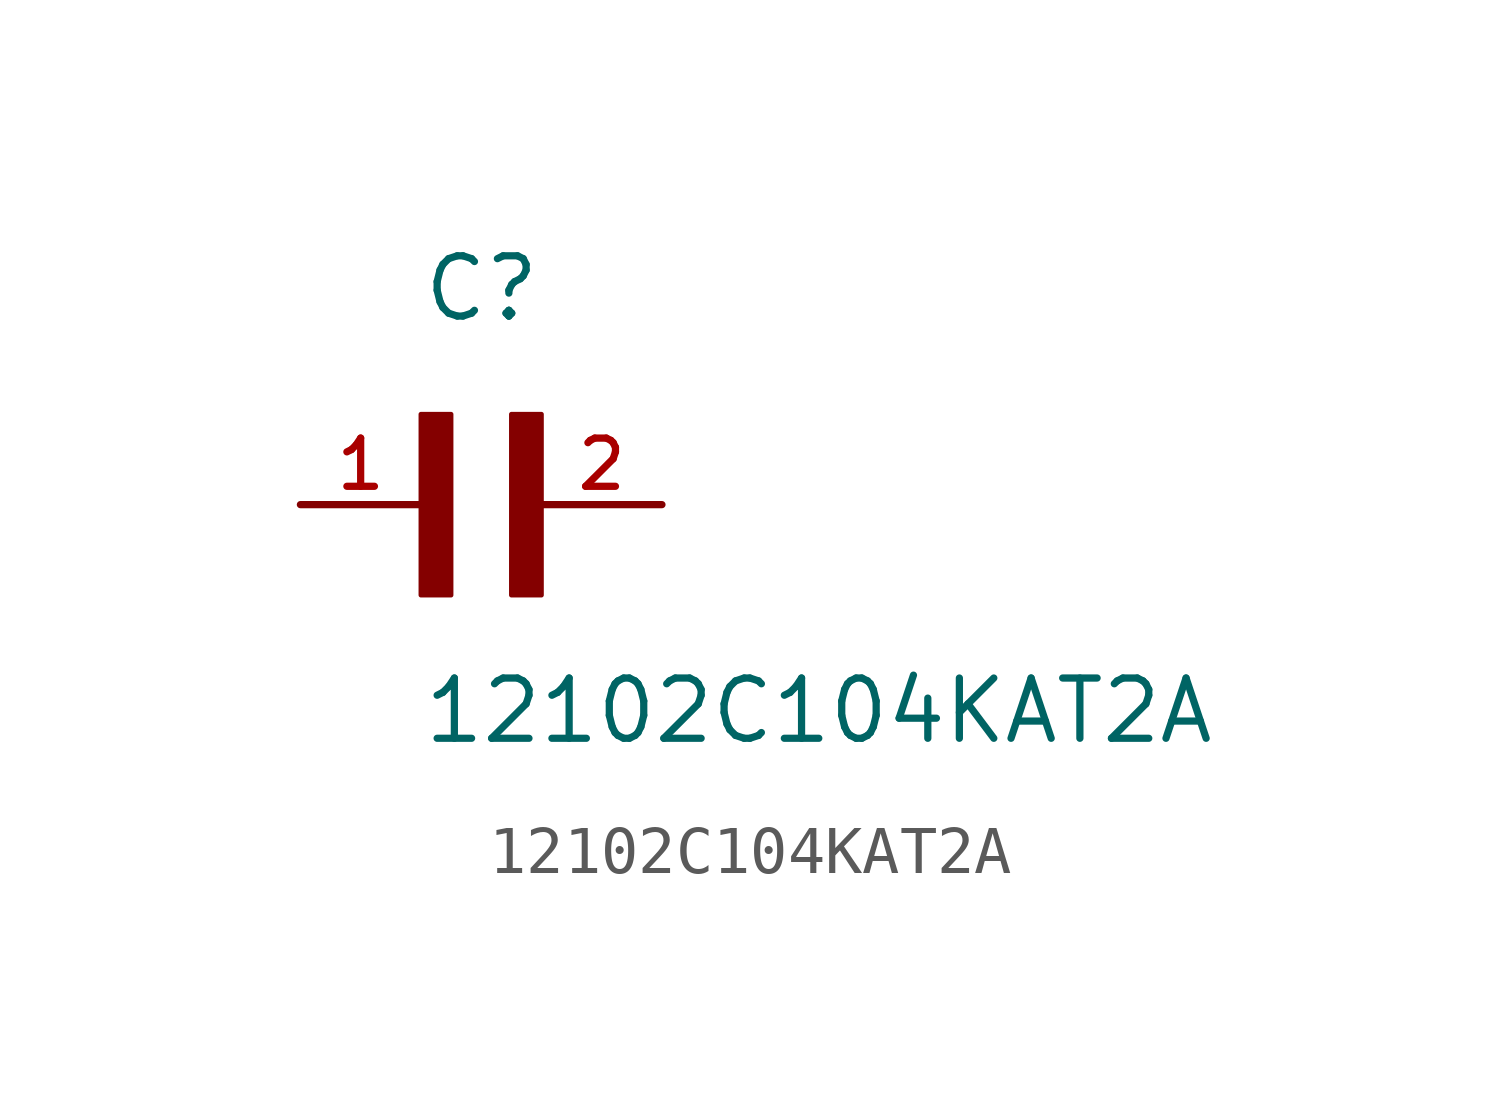
<source format=kicad_sym>
(kicad_symbol_lib
  (version 20231120)
  (generator "kicad_symbol_editor")
  (generator_version "8.0")
  (symbol "12102C104KAT2A"
    (pin_names
      (offset 1.016))
    (property "Reference" "C"
      (at 0 3.811 0)
      (effects (font (size 1.27 1.27)) (justify left bottom)))
    (property "Value" "12102C104KAT2A"
      (at 0 -5.088 0)
      (effects (font (size 1.27 1.27)) (justify left bottom)))
    (symbol "12102C104KAT2A_0_0"
      (rectangle (start 0 -1.907) (end 0.635 1.905) (stroke (width 0.1) (type default)) (fill (type outline)))
      (rectangle (start 1.907 -1.907) (end 2.54 1.905) (stroke (width 0.1) (type default)) (fill (type outline)))
      (pin passive line (at -2.54 0 0) (length 2.54) (name "~" (effects (font (size 1.016 1.016)))) (number "1" (effects (font (size 1.016 1.016)))))
      (pin passive line (at 5.08 0 180) (length 2.54) (name "~" (effects (font (size 1.016 1.016)))) (number "2" (effects (font (size 1.016 1.016))))))))
</source>
